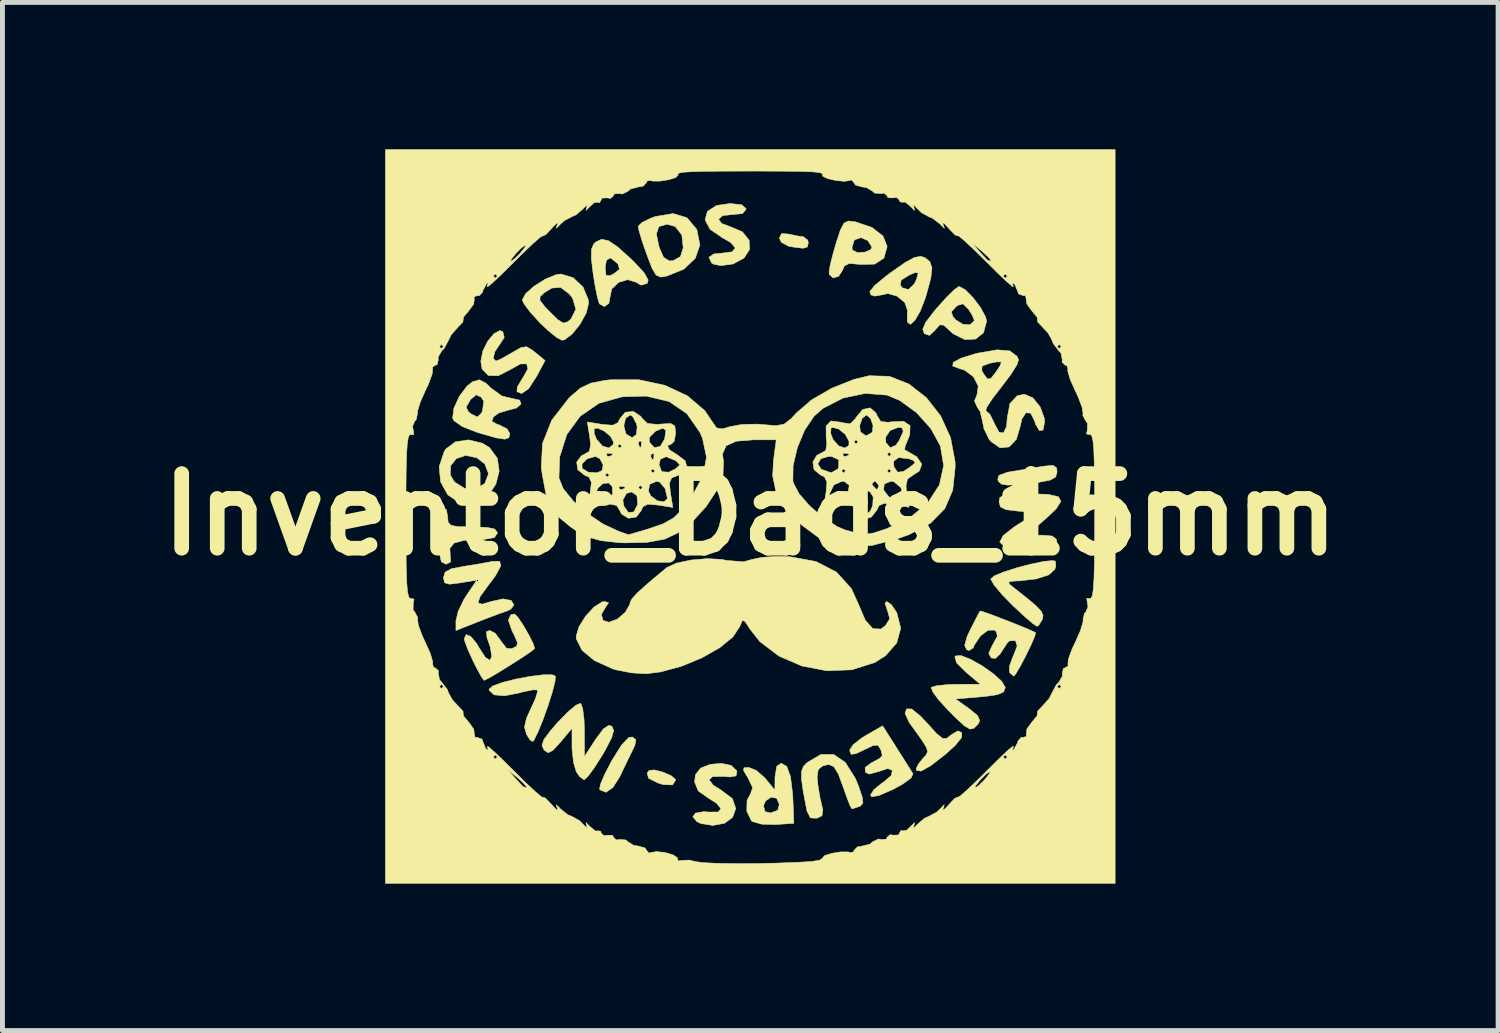
<source format=kicad_pcb>
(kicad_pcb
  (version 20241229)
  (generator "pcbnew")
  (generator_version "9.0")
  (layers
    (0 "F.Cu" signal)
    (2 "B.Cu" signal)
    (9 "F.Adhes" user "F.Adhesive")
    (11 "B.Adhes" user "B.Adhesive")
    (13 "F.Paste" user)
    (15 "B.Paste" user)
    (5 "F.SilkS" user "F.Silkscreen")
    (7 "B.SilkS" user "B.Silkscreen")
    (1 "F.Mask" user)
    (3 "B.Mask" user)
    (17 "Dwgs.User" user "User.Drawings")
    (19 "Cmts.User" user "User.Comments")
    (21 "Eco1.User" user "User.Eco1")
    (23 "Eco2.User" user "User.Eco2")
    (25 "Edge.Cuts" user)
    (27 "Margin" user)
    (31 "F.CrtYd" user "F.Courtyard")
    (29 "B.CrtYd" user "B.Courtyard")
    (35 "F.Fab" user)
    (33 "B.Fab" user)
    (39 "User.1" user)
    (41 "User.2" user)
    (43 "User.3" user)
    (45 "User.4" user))
  (footprint "Inventor_Dads_15mm"
    (layer "F.Cu")
    (at 12.272 7.456)
    (property "Reference" "Inventor_Dads_15mm" (at 0 0 0) (layer "F.SilkS") (effects (font (size 1.524 1.524) (thickness 0.3))))
    (attr through_hole)
    (fp_poly (pts (xy -1.783 5.262) (xy -1.614 5.336) (xy -1.526 5.413) (xy -1.524 5.422) (xy -1.588 5.524) (xy -1.78 5.516) (xy -1.884 5.485) (xy -2.077 5.388) (xy -2.107 5.282) (xy -2.067 5.228) (xy -1.96 5.217) (xy -1.783 5.262)) (stroke (width 0.01) (type solid)) (fill yes) (layer "F.SilkS"))
    (fp_poly (pts (xy 0.783 -5.726) (xy 0.98 -5.684) (xy 1.079 -5.674) (xy 1.173 -5.604) (xy 1.185 -5.546) (xy 1.165 -5.462) (xy 1.078 -5.436) (xy 0.882 -5.46) (xy 0.783 -5.478) (xy 0.634 -5.557) (xy 0.593 -5.646) (xy 0.641 -5.737) (xy 0.783 -5.726)) (stroke (width 0.01) (type solid)) (fill yes) (layer "F.SilkS"))
    (fp_poly (pts (xy -2.336 4.6) (xy -2.357 4.715) (xy -2.404 4.813) (xy -2.516 5.042) (xy -2.646 5.314) (xy -2.665 5.355) (xy -2.806 5.578) (xy -2.948 5.674) (xy -3.065 5.626) (xy -3.078 5.608) (xy -3.059 5.508) (xy -2.972 5.304) (xy -2.835 5.041) (xy -2.824 5.02) (xy -2.629 4.709) (xy -2.484 4.557) (xy -2.41 4.543) (xy -2.336 4.6)) (stroke (width 0.01) (type solid)) (fill yes) (layer "F.SilkS"))
    (fp_poly (pts (xy 6.255 -0.953) (xy 6.265 -0.868) (xy 6.237 -0.765) (xy 6.125 -0.701) (xy 5.89 -0.656) (xy 5.821 -0.648) (xy 5.47 -0.609) (xy 5.252 -0.599) (xy 5.13 -0.62) (xy 5.069 -0.675) (xy 5.053 -0.71) (xy 5.078 -0.798) (xy 5.244 -0.86) (xy 5.362 -0.881) (xy 5.665 -0.93) (xy 5.952 -0.979) (xy 5.99 -0.985) (xy 6.18 -1.004) (xy 6.255 -0.953)) (stroke (width 0.01) (type solid)) (fill yes) (layer "F.SilkS"))
    (fp_poly (pts (xy 3.297 3.973) (xy 3.477 4.119) (xy 3.615 4.266) (xy 3.805 4.475) (xy 3.924 4.571) (xy 4.009 4.574) (xy 4.092 4.508) (xy 4.237 4.42) (xy 4.319 4.455) (xy 4.318 4.553) (xy 4.18 4.722) (xy 3.987 4.896) (xy 3.688 5.129) (xy 3.489 5.241) (xy 3.394 5.228) (xy 3.387 5.192) (xy 3.437 5.092) (xy 3.525 4.983) (xy 3.593 4.908) (xy 3.621 4.843) (xy 3.596 4.756) (xy 3.506 4.611) (xy 3.337 4.374) (xy 3.247 4.251) (xy 3.16 4.064) (xy 3.193 3.97) (xy 3.297 3.973)) (stroke (width 0.01) (type solid)) (fill yes) (layer "F.SilkS"))
    (fp_poly (pts (xy -3.98 3.301) (xy -3.987 3.408) (xy -4.042 3.624) (xy -4.129 3.901) (xy -4.232 4.189) (xy -4.334 4.44) (xy -4.418 4.608) (xy -4.442 4.639) (xy -4.5 4.601) (xy -4.567 4.496) (xy -4.611 4.346) (xy -4.571 4.163) (xy -4.484 3.972) (xy -4.386 3.758) (xy -4.343 3.614) (xy -4.346 3.584) (xy -4.444 3.582) (xy -4.642 3.623) (xy -4.727 3.646) (xy -5.019 3.703) (xy -5.232 3.684) (xy -5.331 3.593) (xy -5.334 3.567) (xy -5.258 3.502) (xy -5.062 3.431) (xy -4.794 3.363) (xy -4.503 3.308) (xy -4.237 3.275) (xy -4.046 3.274) (xy -3.98 3.301)) (stroke (width 0.01) (type solid)) (fill yes) (layer "F.SilkS"))
    (fp_poly (pts (xy -0.174 -6.324) (xy -0.086 -6.245) (xy -0.085 -6.232) (xy -0.161 -6.143) (xy -0.351 -6.126) (xy -0.564 -6.103) (xy -0.647 -6.031) (xy -0.589 -5.944) (xy -0.434 -5.887) (xy -0.161 -5.772) (xy -0.024 -5.601) (xy -0.015 -5.411) (xy -0.126 -5.238) (xy -0.35 -5.116) (xy -0.6 -5.081) (xy -0.752 -5.112) (xy -0.79 -5.136) (xy -0.845 -5.252) (xy -0.745 -5.32) (xy -0.598 -5.334) (xy -0.373 -5.363) (xy -0.307 -5.442) (xy -0.401 -5.555) (xy -0.567 -5.649) (xy -0.823 -5.825) (xy -0.923 -6.016) (xy -0.876 -6.188) (xy -0.689 -6.31) (xy -0.413 -6.35) (xy -0.174 -6.324)) (stroke (width 0.01) (type solid)) (fill yes) (layer "F.SilkS"))
    (fp_poly (pts (xy -6.206 -0.098) (xy -6.181 0.042) (xy -6.17 0.16) (xy -6.111 0.223) (xy -5.965 0.249) (xy -5.69 0.254) (xy -5.673 0.254) (xy -5.378 0.264) (xy -5.219 0.298) (xy -5.166 0.366) (xy -5.165 0.381) (xy -5.225 0.472) (xy -5.421 0.508) (xy -5.482 0.509) (xy -5.84 0.527) (xy -6.051 0.586) (xy -6.136 0.693) (xy -6.128 0.814) (xy -6.119 0.97) (xy -6.211 1.016) (xy -6.214 1.016) (xy -6.308 0.968) (xy -6.347 0.802) (xy -6.35 0.688) (xy -6.365 0.39) (xy -6.4 0.111) (xy -6.403 0.095) (xy -6.422 -0.092) (xy -6.367 -0.164) (xy -6.318 -0.169) (xy -6.206 -0.098)) (stroke (width 0.01) (type solid)) (fill yes) (layer "F.SilkS"))
    (fp_poly (pts (xy -5.471 -1.455) (xy -5.326 -1.366) (xy -5.165 -1.146) (xy -5.128 -0.885) (xy -5.195 -0.621) (xy -5.344 -0.394) (xy -5.556 -0.242) (xy -5.81 -0.203) (xy -5.927 -0.23) (xy -6.179 -0.402) (xy -6.325 -0.667) (xy -6.338 -0.807) (xy -6.126 -0.807) (xy -6.043 -0.665) (xy -5.836 -0.534) (xy -5.606 -0.523) (xy -5.422 -0.631) (xy -5.346 -0.832) (xy -5.42 -1.029) (xy -5.583 -1.157) (xy -5.814 -1.206) (xy -6.004 -1.14) (xy -6.119 -0.995) (xy -6.126 -0.807) (xy -6.338 -0.807) (xy -6.353 -0.977) (xy -6.25 -1.286) (xy -6.218 -1.336) (xy -6.022 -1.483) (xy -5.753 -1.523) (xy -5.471 -1.455)) (stroke (width 0.01) (type solid)) (fill yes) (layer "F.SilkS"))
    (fp_poly (pts (xy -0.391 5.125) (xy -0.278 5.234) (xy -0.273 5.254) (xy -0.291 5.339) (xy -0.417 5.361) (xy -0.547 5.35) (xy -0.77 5.353) (xy -0.841 5.419) (xy -0.755 5.531) (xy -0.603 5.625) (xy -0.366 5.803) (xy -0.296 6.005) (xy -0.36 6.184) (xy -0.523 6.305) (xy -0.765 6.351) (xy -1.012 6.312) (xy -1.09 6.274) (xy -1.174 6.174) (xy -1.117 6.098) (xy -0.95 6.069) (xy -0.85 6.077) (xy -0.653 6.076) (xy -0.6 6.007) (xy -0.693 5.894) (xy -0.839 5.804) (xy -1.062 5.647) (xy -1.138 5.464) (xy -1.119 5.312) (xy -1.014 5.18) (xy -0.818 5.103) (xy -0.59 5.083) (xy -0.391 5.125)) (stroke (width 0.01) (type solid)) (fill yes) (layer "F.SilkS"))
    (fp_poly (pts (xy 6.084 -0.41) (xy 6.292 -0.363) (xy 6.344 -0.269) (xy 6.248 -0.116) (xy 6.01 0.109) (xy 5.996 0.12) (xy 5.642 0.423) (xy 5.954 0.423) (xy 6.164 0.44) (xy 6.252 0.508) (xy 6.265 0.593) (xy 6.259 0.675) (xy 6.218 0.724) (xy 6.113 0.744) (xy 5.911 0.739) (xy 5.582 0.713) (xy 5.44 0.7) (xy 5.187 0.652) (xy 5.095 0.565) (xy 5.161 0.434) (xy 5.388 0.255) (xy 5.469 0.203) (xy 5.858 -0.042) (xy 5.469 -0.068) (xy 5.225 -0.097) (xy 5.109 -0.154) (xy 5.08 -0.259) (xy 5.096 -0.343) (xy 5.168 -0.392) (xy 5.33 -0.416) (xy 5.618 -0.423) (xy 5.715 -0.423) (xy 6.084 -0.41)) (stroke (width 0.01) (type solid)) (fill yes) (layer "F.SilkS"))
    (fp_poly (pts (xy 6.232 0.954) (xy 6.239 1.054) (xy 6.22 1.121) (xy 6.095 1.234) (xy 5.841 1.316) (xy 5.498 1.356) (xy 5.429 1.357) (xy 5.283 1.37) (xy 5.286 1.418) (xy 5.339 1.463) (xy 5.647 1.706) (xy 5.841 1.871) (xy 5.944 1.981) (xy 5.979 2.062) (xy 5.966 2.136) (xy 5.964 2.143) (xy 5.891 2.263) (xy 5.854 2.284) (xy 5.771 2.229) (xy 5.602 2.084) (xy 5.382 1.88) (xy 5.355 1.855) (xy 5.137 1.631) (xy 4.979 1.44) (xy 4.911 1.321) (xy 4.911 1.315) (xy 4.986 1.253) (xy 5.179 1.173) (xy 5.443 1.089) (xy 5.729 1.014) (xy 5.988 0.96) (xy 6.173 0.941) (xy 6.232 0.954)) (stroke (width 0.01) (type solid)) (fill yes) (layer "F.SilkS"))
    (fp_poly (pts (xy -5.095 1.051) (xy -5.202 1.249) (xy -5.348 1.444) (xy -5.518 1.678) (xy -5.561 1.805) (xy -5.476 1.832) (xy -5.289 1.777) (xy -5.051 1.724) (xy -4.882 1.756) (xy -4.826 1.85) (xy -4.895 1.937) (xy -4.974 1.973) (xy -5.134 2.028) (xy -5.384 2.123) (xy -5.567 2.194) (xy -6.011 2.37) (xy -6.011 2.17) (xy -5.965 1.978) (xy -5.848 1.736) (xy -5.797 1.655) (xy -5.582 1.339) (xy -5.924 1.397) (xy -6.142 1.424) (xy -6.241 1.397) (xy -6.265 1.302) (xy -6.265 1.287) (xy -6.232 1.178) (xy -6.106 1.109) (xy -5.863 1.062) (xy -5.579 1.017) (xy -5.336 0.973) (xy -5.271 0.958) (xy -5.118 0.955) (xy -5.095 1.051)) (stroke (width 0.01) (type solid)) (fill yes) (layer "F.SilkS"))
    (fp_poly (pts (xy -5.054 -3.733) (xy -5.025 -3.614) (xy -5.107 -3.488) (xy -5.216 -3.325) (xy -5.25 -3.189) (xy -5.196 -3.133) (xy -5.096 -3.173) (xy -4.915 -3.274) (xy -4.867 -3.303) (xy -4.683 -3.409) (xy -4.568 -3.425) (xy -4.449 -3.354) (xy -4.392 -3.308) (xy -4.191 -3.143) (xy -4.36 -2.826) (xy -4.529 -2.565) (xy -4.671 -2.469) (xy -4.765 -2.507) (xy -4.757 -2.604) (xy -4.662 -2.764) (xy -4.651 -2.778) (xy -4.543 -2.97) (xy -4.565 -3.075) (xy -4.696 -3.074) (xy -4.893 -2.963) (xy -5.147 -2.833) (xy -5.351 -2.838) (xy -5.477 -2.97) (xy -5.503 -3.127) (xy -5.463 -3.334) (xy -5.363 -3.537) (xy -5.235 -3.692) (xy -5.112 -3.756) (xy -5.054 -3.733)) (stroke (width 0.01) (type solid)) (fill yes) (layer "F.SilkS"))
    (fp_poly (pts (xy 4.501 2.959) (xy 4.733 3.09) (xy 4.959 3.249) (xy 5.131 3.404) (xy 5.207 3.529) (xy 5.207 3.537) (xy 5.174 3.624) (xy 5.05 3.679) (xy 4.803 3.716) (xy 4.699 3.725) (xy 4.191 3.768) (xy 4.47 3.966) (xy 4.643 4.109) (xy 4.687 4.212) (xy 4.65 4.284) (xy 4.567 4.367) (xy 4.485 4.383) (xy 4.371 4.316) (xy 4.192 4.15) (xy 4.038 3.996) (xy 3.845 3.784) (xy 3.722 3.617) (xy 3.694 3.53) (xy 3.695 3.53) (xy 3.806 3.497) (xy 4.03 3.475) (xy 4.226 3.469) (xy 4.699 3.467) (xy 4.403 3.22) (xy 4.213 3.031) (xy 4.178 2.907) (xy 4.191 2.889) (xy 4.305 2.882) (xy 4.501 2.959)) (stroke (width 0.01) (type solid)) (fill yes) (layer "F.SilkS"))
    (fp_poly (pts (xy -1.295 -6.061) (xy -1.101 -5.832) (xy -1.089 -5.807) (xy -1.029 -5.503) (xy -1.123 -5.23) (xy -1.357 -5.009) (xy -1.707 -4.867) (xy -1.835 -4.848) (xy -1.924 -4.89) (xy -2.005 -5.026) (xy -2.107 -5.289) (xy -2.113 -5.305) (xy -2.208 -5.579) (xy -2.252 -5.728) (xy -1.918 -5.728) (xy -1.861 -5.457) (xy -1.861 -5.455) (xy -1.77 -5.251) (xy -1.657 -5.179) (xy -1.579 -5.181) (xy -1.427 -5.265) (xy -1.37 -5.445) (xy -1.398 -5.708) (xy -1.532 -5.88) (xy -1.699 -5.927) (xy -1.866 -5.879) (xy -1.918 -5.728) (xy -2.252 -5.728) (xy -2.271 -5.791) (xy -2.29 -5.884) (xy -2.215 -5.96) (xy -2.03 -6.051) (xy -1.939 -6.085) (xy -1.576 -6.145) (xy -1.295 -6.061)) (stroke (width 0.01) (type solid)) (fill yes) (layer "F.SilkS"))
    (fp_poly (pts (xy 1.94 5.063) (xy 2.143 5.385) (xy 2.202 5.524) (xy 2.284 5.763) (xy 2.3 5.891) (xy 2.252 5.953) (xy 2.227 5.964) (xy 2.101 6.006) (xy 2.074 6.011) (xy 2.034 5.938) (xy 1.962 5.751) (xy 1.905 5.589) (xy 1.799 5.3) (xy 1.705 5.148) (xy 1.599 5.106) (xy 1.48 5.135) (xy 1.389 5.207) (xy 1.365 5.357) (xy 1.383 5.541) (xy 1.426 5.796) (xy 1.472 5.993) (xy 1.482 6.025) (xy 1.464 6.153) (xy 1.364 6.203) (xy 1.229 6.197) (xy 1.16 6.064) (xy 1.151 6.023) (xy 1.079 5.646) (xy 1.045 5.398) (xy 1.047 5.242) (xy 1.087 5.143) (xy 1.158 5.068) (xy 1.44 4.902) (xy 1.703 4.901) (xy 1.94 5.063)) (stroke (width 0.01) (type solid)) (fill yes) (layer "F.SilkS"))
    (fp_poly (pts (xy -3.463 3.857) (xy -3.423 3.961) (xy -3.395 4.182) (xy -3.387 4.425) (xy -3.387 4.945) (xy -3.158 4.592) (xy -3 4.379) (xy -2.888 4.305) (xy -2.826 4.326) (xy -2.79 4.411) (xy -2.833 4.565) (xy -2.964 4.816) (xy -3.022 4.916) (xy -3.181 5.166) (xy -3.314 5.347) (xy -3.392 5.419) (xy -3.394 5.419) (xy -3.486 5.353) (xy -3.553 5.255) (xy -3.609 5.067) (xy -3.639 4.804) (xy -3.641 4.729) (xy -3.641 4.367) (xy -3.876 4.649) (xy -4.031 4.818) (xy -4.128 4.867) (xy -4.208 4.814) (xy -4.216 4.804) (xy -4.254 4.715) (xy -4.215 4.598) (xy -4.082 4.418) (xy -3.931 4.244) (xy -3.726 4.034) (xy -3.559 3.895) (xy -3.465 3.856) (xy -3.463 3.857)) (stroke (width 0.01) (type solid)) (fill yes) (layer "F.SilkS"))
    (fp_poly (pts (xy 0.745 5.146) (xy 0.821 5.352) (xy 0.865 5.71) (xy 0.874 5.895) (xy 0.889 6.308) (xy 0.508 6.333) (xy 0.233 6.325) (xy 0.046 6.272) (xy 0.021 6.252) (xy -0.071 6.062) (xy -0.069 5.949) (xy 0.27 5.949) (xy 0.301 6.069) (xy 0.417 6.096) (xy 0.562 6.04) (xy 0.593 5.92) (xy 0.539 5.795) (xy 0.423 5.774) (xy 0.31 5.853) (xy 0.27 5.949) (xy -0.069 5.949) (xy -0.066 5.837) (xy 0.008 5.699) (xy 0.047 5.579) (xy -0.04 5.392) (xy -0.044 5.385) (xy -0.136 5.233) (xy -0.13 5.174) (xy -0.034 5.165) (xy 0.121 5.226) (xy 0.294 5.377) (xy 0.311 5.397) (xy 0.502 5.63) (xy 0.505 5.355) (xy 0.541 5.142) (xy 0.633 5.08) (xy 0.745 5.146)) (stroke (width 0.01) (type solid)) (fill yes) (layer "F.SilkS"))
    (fp_poly (pts (xy 2.143 -5.976) (xy 2.153 -5.974) (xy 2.485 -5.861) (xy 2.709 -5.688) (xy 2.794 -5.477) (xy 2.794 -5.469) (xy 2.729 -5.235) (xy 2.541 -5.112) (xy 2.24 -5.106) (xy 2.234 -5.107) (xy 2.024 -5.126) (xy 1.922 -5.076) (xy 1.886 -4.991) (xy 1.804 -4.863) (xy 1.692 -4.83) (xy 1.615 -4.9) (xy 1.609 -4.95) (xy 1.632 -5.094) (xy 1.694 -5.339) (xy 1.726 -5.448) (xy 2.076 -5.448) (xy 2.088 -5.397) (xy 2.19 -5.348) (xy 2.343 -5.357) (xy 2.462 -5.41) (xy 2.483 -5.461) (xy 2.4 -5.594) (xy 2.258 -5.653) (xy 2.133 -5.609) (xy 2.12 -5.592) (xy 2.076 -5.448) (xy 1.726 -5.448) (xy 1.755 -5.549) (xy 1.842 -5.814) (xy 1.914 -5.95) (xy 2.004 -5.993) (xy 2.143 -5.976)) (stroke (width 0.01) (type solid)) (fill yes) (layer "F.SilkS"))
    (fp_poly (pts (xy 2.986 4.762) (xy 3.144 5.011) (xy 3.268 5.208) (xy 3.323 5.297) (xy 3.284 5.381) (xy 3.117 5.504) (xy 2.916 5.614) (xy 2.632 5.738) (xy 2.483 5.766) (xy 2.455 5.732) (xy 2.522 5.621) (xy 2.686 5.489) (xy 2.717 5.47) (xy 2.878 5.333) (xy 2.902 5.226) (xy 2.807 5.188) (xy 2.625 5.249) (xy 2.429 5.302) (xy 2.352 5.265) (xy 2.345 5.167) (xy 2.467 5.076) (xy 2.637 4.985) (xy 2.695 4.924) (xy 2.677 4.84) (xy 2.661 4.798) (xy 2.607 4.712) (xy 2.51 4.718) (xy 2.367 4.786) (xy 2.16 4.884) (xy 2.061 4.899) (xy 2.033 4.832) (xy 2.033 4.805) (xy 2.101 4.703) (xy 2.272 4.567) (xy 2.368 4.508) (xy 2.703 4.316) (xy 2.986 4.762)) (stroke (width 0.01) (type solid)) (fill yes) (layer "F.SilkS"))
    (fp_poly (pts (xy -3.618 -4.835) (xy -3.414 -4.642) (xy -3.308 -4.384) (xy -3.302 -4.309) (xy -3.352 -4.11) (xy -3.477 -3.884) (xy -3.637 -3.685) (xy -3.791 -3.568) (xy -3.842 -3.556) (xy -3.952 -3.613) (xy -4.133 -3.759) (xy -4.3 -3.919) (xy -4.491 -4.128) (xy -4.62 -4.3) (xy -4.653 -4.373) (xy -4.296 -4.373) (xy -4.198 -4.246) (xy -4.112 -4.155) (xy -3.93 -3.976) (xy -3.816 -3.908) (xy -3.725 -3.936) (xy -3.658 -3.996) (xy -3.562 -4.192) (xy -3.628 -4.414) (xy -3.696 -4.502) (xy -3.872 -4.637) (xy -4.053 -4.623) (xy -4.196 -4.536) (xy -4.292 -4.453) (xy -4.296 -4.373) (xy -4.653 -4.373) (xy -4.657 -4.38) (xy -4.587 -4.51) (xy -4.412 -4.664) (xy -4.189 -4.804) (xy -3.969 -4.895) (xy -3.869 -4.911) (xy -3.618 -4.835)) (stroke (width 0.01) (type solid)) (fill yes) (layer "F.SilkS"))
    (fp_poly (pts (xy -2.901 -5.592) (xy -2.715 -5.469) (xy -2.454 -5.235) (xy -2.378 -5.162) (xy -2.166 -4.934) (xy -2.085 -4.786) (xy -2.104 -4.72) (xy -2.228 -4.682) (xy -2.328 -4.741) (xy -2.503 -4.795) (xy -2.691 -4.738) (xy -2.83 -4.604) (xy -2.86 -4.458) (xy -2.887 -4.311) (xy -2.979 -4.245) (xy -3.079 -4.3) (xy -3.083 -4.306) (xy -3.12 -4.427) (xy -3.168 -4.663) (xy -3.21 -4.924) (xy -3.223 -5.035) (xy -2.963 -5.035) (xy -2.947 -4.886) (xy -2.868 -4.875) (xy -2.789 -4.914) (xy -2.671 -5.006) (xy -2.7 -5.11) (xy -2.714 -5.128) (xy -2.853 -5.24) (xy -2.939 -5.193) (xy -2.963 -5.035) (xy -3.223 -5.035) (xy -3.246 -5.231) (xy -3.243 -5.416) (xy -3.197 -5.524) (xy -3.156 -5.564) (xy -3.038 -5.619) (xy -2.901 -5.592)) (stroke (width 0.01) (type solid)) (fill yes) (layer "F.SilkS"))
    (fp_poly (pts (xy 3.564 -5.245) (xy 3.669 -5.161) (xy 3.71 -5.033) (xy 3.687 -4.825) (xy 3.6 -4.504) (xy 3.571 -4.409) (xy 3.471 -4.152) (xy 3.364 -3.968) (xy 3.271 -3.882) (xy 3.214 -3.922) (xy 3.208 -3.951) (xy 3.206 -4.091) (xy 3.212 -4.162) (xy 3.155 -4.327) (xy 2.998 -4.458) (xy 2.809 -4.512) (xy 2.713 -4.489) (xy 2.539 -4.459) (xy 2.46 -4.485) (xy 2.441 -4.553) (xy 2.541 -4.676) (xy 2.552 -4.685) (xy 3.062 -4.685) (xy 3.106 -4.627) (xy 3.229 -4.593) (xy 3.349 -4.707) (xy 3.396 -4.806) (xy 3.429 -4.93) (xy 3.369 -4.941) (xy 3.256 -4.893) (xy 3.082 -4.787) (xy 3.062 -4.685) (xy 2.552 -4.685) (xy 2.772 -4.867) (xy 2.874 -4.943) (xy 3.159 -5.143) (xy 3.349 -5.247) (xy 3.48 -5.272) (xy 3.564 -5.245)) (stroke (width 0.01) (type solid)) (fill yes) (layer "F.SilkS"))
    (fp_poly (pts (xy 4.388 -4.591) (xy 4.549 -4.429) (xy 4.703 -4.224) (xy 4.806 -4.032) (xy 4.826 -3.945) (xy 4.763 -3.71) (xy 4.601 -3.582) (xy 4.381 -3.571) (xy 4.144 -3.689) (xy 4.084 -3.743) (xy 3.949 -3.866) (xy 3.869 -3.873) (xy 3.777 -3.768) (xy 3.774 -3.764) (xy 3.659 -3.656) (xy 3.557 -3.692) (xy 3.551 -3.698) (xy 3.522 -3.784) (xy 3.583 -3.924) (xy 3.747 -4.139) (xy 4.106 -4.139) (xy 4.138 -4.042) (xy 4.197 -3.973) (xy 4.341 -3.883) (xy 4.488 -3.875) (xy 4.57 -3.95) (xy 4.572 -3.972) (xy 4.527 -4.08) (xy 4.454 -4.193) (xy 4.346 -4.301) (xy 4.238 -4.27) (xy 4.198 -4.239) (xy 4.106 -4.139) (xy 3.747 -4.139) (xy 3.75 -4.143) (xy 3.821 -4.227) (xy 4.018 -4.445) (xy 4.178 -4.599) (xy 4.263 -4.657) (xy 4.388 -4.591)) (stroke (width 0.01) (type solid)) (fill yes) (layer "F.SilkS"))
    (fp_poly (pts (xy -4.746 2.099) (xy -4.638 2.26) (xy -4.523 2.46) (xy -4.433 2.639) (xy -4.403 2.736) (xy -4.468 2.792) (xy -4.635 2.906) (xy -4.857 3.049) (xy -5.092 3.195) (xy -5.294 3.316) (xy -5.419 3.382) (xy -5.436 3.387) (xy -5.489 3.318) (xy -5.587 3.141) (xy -5.656 3.003) (xy -5.764 2.766) (xy -5.831 2.589) (xy -5.842 2.538) (xy -5.802 2.453) (xy -5.706 2.493) (xy -5.588 2.636) (xy -5.546 2.709) (xy -5.411 2.919) (xy -5.317 2.978) (xy -5.279 2.901) (xy -5.31 2.706) (xy -5.376 2.519) (xy -5.39 2.395) (xy -5.319 2.368) (xy -5.208 2.428) (xy -5.104 2.565) (xy -5.096 2.581) (xy -4.977 2.734) (xy -4.871 2.741) (xy -4.772 2.693) (xy -4.754 2.62) (xy -4.817 2.471) (xy -4.865 2.377) (xy -4.941 2.158) (xy -4.89 2.047) (xy -4.814 2.032) (xy -4.746 2.099)) (stroke (width 0.01) (type solid)) (fill yes) (layer "F.SilkS"))
    (fp_poly (pts (xy -5.396 -2.679) (xy -5.302 -2.586) (xy -5.072 -2.419) (xy -4.873 -2.371) (xy -4.709 -2.335) (xy -4.681 -2.255) (xy -4.779 -2.172) (xy -4.932 -2.133) (xy -5.135 -2.072) (xy -5.245 -1.994) (xy -5.279 -1.902) (xy -5.17 -1.841) (xy -5.125 -1.828) (xy -4.965 -1.746) (xy -4.911 -1.649) (xy -4.931 -1.567) (xy -5.012 -1.537) (xy -5.183 -1.563) (xy -5.474 -1.645) (xy -5.587 -1.68) (xy -5.88 -1.795) (xy -6.05 -1.913) (xy -6.079 -1.966) (xy -6.053 -2.17) (xy -6.043 -2.191) (xy -5.802 -2.191) (xy -5.756 -2.097) (xy -5.697 -2.051) (xy -5.572 -1.99) (xy -5.491 -2.068) (xy -5.469 -2.116) (xy -5.442 -2.311) (xy -5.495 -2.395) (xy -5.597 -2.444) (xy -5.706 -2.353) (xy -5.724 -2.329) (xy -5.802 -2.191) (xy -6.043 -2.191) (xy -5.94 -2.414) (xy -5.78 -2.626) (xy -5.671 -2.71) (xy -5.531 -2.75) (xy -5.396 -2.679)) (stroke (width 0.01) (type solid)) (fill yes) (layer "F.SilkS"))
    (fp_poly (pts (xy 4.77 1.992) (xy 4.955 2.058) (xy 5.2 2.152) (xy 5.456 2.253) (xy 5.675 2.343) (xy 5.809 2.404) (xy 5.827 2.415) (xy 5.807 2.495) (xy 5.73 2.672) (xy 5.623 2.892) (xy 5.511 3.105) (xy 5.42 3.258) (xy 5.38 3.302) (xy 5.309 3.243) (xy 5.293 3.22) (xy 5.294 3.095) (xy 5.364 2.903) (xy 5.373 2.886) (xy 5.45 2.687) (xy 5.417 2.582) (xy 5.407 2.575) (xy 5.289 2.583) (xy 5.241 2.634) (xy 5.103 2.847) (xy 5.01 2.937) (xy 4.932 2.933) (xy 4.916 2.924) (xy 4.87 2.834) (xy 4.944 2.669) (xy 4.957 2.649) (xy 5.045 2.486) (xy 5.025 2.394) (xy 4.983 2.361) (xy 4.853 2.365) (xy 4.701 2.48) (xy 4.576 2.666) (xy 4.553 2.725) (xy 4.468 2.779) (xy 4.419 2.762) (xy 4.378 2.674) (xy 4.427 2.496) (xy 4.498 2.345) (xy 4.607 2.132) (xy 4.678 1.996) (xy 4.692 1.971) (xy 4.77 1.992)) (stroke (width 0.01) (type solid)) (fill yes) (layer "F.SilkS"))
    (fp_poly (pts (xy 5.301 -3.34) (xy 5.449 -3.228) (xy 5.48 -3.159) (xy 5.445 -3.055) (xy 5.324 -2.862) (xy 5.142 -2.621) (xy 5.121 -2.594) (xy 4.944 -2.365) (xy 4.833 -2.195) (xy 4.808 -2.118) (xy 4.813 -2.117) (xy 4.894 -2.045) (xy 4.979 -1.872) (xy 4.985 -1.856) (xy 5.08 -1.681) (xy 5.17 -1.664) (xy 5.233 -1.795) (xy 5.249 -1.978) (xy 5.302 -2.264) (xy 5.453 -2.425) (xy 5.6 -2.455) (xy 5.77 -2.381) (xy 5.919 -2.199) (xy 6.004 -1.967) (xy 6.011 -1.886) (xy 5.979 -1.725) (xy 5.906 -1.711) (xy 5.827 -1.841) (xy 5.806 -1.911) (xy 5.726 -2.069) (xy 5.628 -2.077) (xy 5.545 -1.947) (xy 5.517 -1.814) (xy 5.434 -1.535) (xy 5.286 -1.379) (xy 5.101 -1.36) (xy 4.913 -1.491) (xy 4.873 -1.543) (xy 4.772 -1.752) (xy 4.741 -1.907) (xy 4.694 -2.102) (xy 4.638 -2.187) (xy 4.578 -2.317) (xy 4.629 -2.442) (xy 4.655 -2.622) (xy 4.56 -2.809) (xy 4.385 -2.942) (xy 4.727 -2.942) (xy 4.766 -2.87) (xy 4.846 -2.764) (xy 4.917 -2.783) (xy 5.01 -2.898) (xy 5.105 -3.043) (xy 5.127 -3.114) (xy 5.035 -3.116) (xy 4.883 -3.086) (xy 4.734 -3.03) (xy 4.727 -2.942) (xy 4.385 -2.942) (xy 4.378 -2.946) (xy 4.276 -2.978) (xy 4.133 -3.031) (xy 4.146 -3.106) (xy 4.305 -3.192) (xy 4.6 -3.283) (xy 4.658 -3.297) (xy 5.044 -3.362) (xy 5.301 -3.34)) (stroke (width 0.01) (type solid)) (fill yes) (layer "F.SilkS"))
    (fp_poly (pts (xy 0.8 0.862) (xy 1.34 0.96) (xy 1.763 1.179) (xy 2.066 1.516) (xy 2.206 1.825) (xy 2.348 2.159) (xy 2.503 2.332) (xy 2.666 2.34) (xy 2.758 2.273) (xy 2.848 2.13) (xy 2.802 1.963) (xy 2.799 1.957) (xy 2.751 1.813) (xy 2.789 1.778) (xy 2.884 1.846) (xy 2.993 2.009) (xy 2.994 2.011) (xy 3.072 2.324) (xy 2.991 2.623) (xy 2.761 2.886) (xy 2.54 3.025) (xy 2.075 3.172) (xy 1.566 3.192) (xy 1.055 3.095) (xy 0.584 2.892) (xy 0.195 2.596) (xy -0.006 2.341) (xy -0.107 2.185) (xy -0.162 2.164) (xy -0.206 2.268) (xy -0.21 2.282) (xy -0.354 2.501) (xy -0.627 2.723) (xy -0.99 2.929) (xy -1.403 3.1) (xy -1.827 3.215) (xy -2.125 3.253) (xy -2.428 3.235) (xy -2.754 3.17) (xy -2.817 3.15) (xy -3.182 2.984) (xy -3.436 2.774) (xy -3.552 2.543) (xy -3.556 2.489) (xy -3.5 2.296) (xy -3.363 2.077) (xy -3.188 1.888) (xy -3.021 1.784) (xy -2.981 1.778) (xy -2.894 1.801) (xy -2.946 1.88) (xy -3.041 2.039) (xy -3.009 2.162) (xy -2.892 2.201) (xy -2.717 2.139) (xy -2.549 1.994) (xy -2.458 1.83) (xy -2.455 1.801) (xy -2.419 1.724) (xy -2.3 1.595) (xy -2.08 1.398) (xy -1.744 1.117) (xy -1.703 1.083) (xy -1.506 0.993) (xy -1.208 0.93) (xy -0.877 0.902) (xy -0.581 0.918) (xy -0.489 0.938) (xy -0.139 0.967) (xy 0.02 0.922) (xy 0.228 0.877) (xy 0.531 0.856) (xy 0.8 0.862)) (stroke (width 0.01) (type solid)) (fill yes) (layer "F.SilkS"))
    (fp_poly (pts (xy 2.842 -2.821) (xy 3.239 -2.664) (xy 3.595 -2.387) (xy 3.887 -2.014) (xy 4.09 -1.569) (xy 4.182 -1.077) (xy 4.185 -0.974) (xy 4.135 -0.496) (xy 3.973 -0.119) (xy 3.682 0.177) (xy 3.249 0.409) (xy 2.976 0.507) (xy 2.493 0.631) (xy 2.091 0.663) (xy 1.711 0.605) (xy 1.648 0.587) (xy 1.363 0.449) (xy 1.05 0.216) (xy 0.766 -0.063) (xy 0.567 -0.337) (xy 0.537 -0.4) (xy 0.478 -0.688) (xy 0.87 -0.688) (xy 0.879 -0.646) (xy 0.994 -0.426) (xy 1.213 -0.175) (xy 1.489 0.064) (xy 1.773 0.247) (xy 1.924 0.311) (xy 2.175 0.384) (xy 2.35 0.407) (xy 2.528 0.376) (xy 2.786 0.291) (xy 2.788 0.29) (xy 3.269 0.06) (xy 3.631 -0.245) (xy 3.862 -0.604) (xy 3.949 -0.999) (xy 3.882 -1.399) (xy 3.688 -1.753) (xy 3.395 -2.079) (xy 3.053 -2.328) (xy 2.792 -2.437) (xy 2.347 -2.472) (xy 1.891 -2.376) (xy 1.486 -2.168) (xy 1.303 -2.007) (xy 1.112 -1.725) (xy 0.962 -1.367) (xy 0.875 -1) (xy 0.87 -0.688) (xy 0.478 -0.688) (xy 0.457 -0.788) (xy 0.474 -1.104) (xy 0.53 -1.524) (xy 0.064 -1.524) (xy -0.289 -1.495) (xy -0.494 -1.402) (xy -0.567 -1.235) (xy -0.547 -1.076) (xy -0.557 -0.808) (xy -0.685 -0.491) (xy -0.901 -0.162) (xy -1.177 0.14) (xy -1.486 0.38) (xy -1.751 0.505) (xy -2.115 0.571) (xy -2.573 0.581) (xy -2.695 0.574) (xy -3.052 0.535) (xy -3.313 0.463) (xy -3.553 0.335) (xy -3.671 0.253) (xy -3.911 0.055) (xy -4.072 -0.16) (xy -4.178 -0.438) (xy -4.235 -0.744) (xy -3.907 -0.744) (xy -3.82 -0.527) (xy -3.616 -0.276) (xy -3.333 -0.025) (xy -3.009 0.194) (xy -2.682 0.346) (xy -2.667 0.351) (xy -2.531 0.398) (xy -2.498 0.414) (xy -2.425 0.396) (xy -2.238 0.342) (xy -2.084 0.296) (xy -1.78 0.191) (xy -1.567 0.072) (xy -1.388 -0.105) (xy -1.186 -0.38) (xy -0.964 -0.79) (xy -0.895 -1.171) (xy -0.976 -1.555) (xy -1.029 -1.677) (xy -1.295 -2.059) (xy -1.658 -2.306) (xy -2.121 -2.417) (xy -2.613 -2.404) (xy -3.092 -2.269) (xy -3.475 -2.005) (xy -3.747 -1.632) (xy -3.893 -1.171) (xy -3.907 -0.744) (xy -4.235 -0.744) (xy -4.25 -0.826) (xy -4.268 -0.967) (xy -4.243 -1.451) (xy -4.055 -1.924) (xy -3.708 -2.371) (xy -3.666 -2.413) (xy -3.464 -2.584) (xy -3.255 -2.682) (xy -2.971 -2.738) (xy -2.851 -2.751) (xy -2.275 -2.751) (xy -1.743 -2.637) (xy -1.283 -2.422) (xy -0.929 -2.12) (xy -0.772 -1.888) (xy -0.686 -1.766) (xy -0.566 -1.749) (xy -0.415 -1.793) (xy -0.172 -1.838) (xy 0.139 -1.845) (xy 0.267 -1.835) (xy 0.527 -1.813) (xy 0.691 -1.845) (xy 0.833 -1.954) (xy 0.943 -2.074) (xy 1.251 -2.339) (xy 1.664 -2.578) (xy 2.118 -2.759) (xy 2.426 -2.833) (xy 2.842 -2.821)) (stroke (width 0.01) (type solid)) (fill yes) (layer "F.SilkS"))
    (fp_poly (pts (xy -2.236 -2.003) (xy -2.21 -1.964) (xy -2.101 -1.859) (xy -1.903 -1.839) (xy -1.826 -1.846) (xy -1.625 -1.858) (xy -1.541 -1.808) (xy -1.524 -1.666) (xy -1.524 -1.66) (xy -1.552 -1.497) (xy -1.609 -1.439) (xy -1.692 -1.403) (xy -1.649 -1.318) (xy -1.503 -1.227) (xy -1.329 -1.097) (xy -1.289 -0.95) (xy -1.387 -0.831) (xy -1.469 -0.8) (xy -1.607 -0.745) (xy -1.651 -0.638) (xy -1.631 -0.445) (xy -1.582 -0.143) (xy -1.884 -0.192) (xy -2.093 -0.209) (xy -2.194 -0.158) (xy -2.228 -0.078) (xy -2.329 0.053) (xy -2.487 0.077) (xy -2.628 -0.007) (xy -2.665 -0.079) (xy -2.731 -0.185) (xy -2.868 -0.211) (xy -3.021 -0.193) (xy -3.326 -0.143) (xy -3.286 -0.356) (xy -3.209 -0.356) (xy -3.178 -0.264) (xy -3.015 -0.276) (xy -2.961 -0.294) (xy -2.602 -0.294) (xy -2.584 -0.175) (xy -2.49 -0.04) (xy -2.378 -0.052) (xy -2.299 -0.206) (xy -2.299 -0.207) (xy -2.315 -0.384) (xy -2.42 -0.46) (xy -2.529 -0.43) (xy -2.602 -0.294) (xy -2.961 -0.294) (xy -2.928 -0.305) (xy -2.809 -0.419) (xy -2.813 -0.477) (xy -2.081 -0.477) (xy -2.029 -0.377) (xy -1.896 -0.279) (xy -1.761 -0.258) (xy -1.694 -0.322) (xy -1.693 -0.332) (xy -1.739 -0.528) (xy -1.847 -0.659) (xy -1.909 -0.677) (xy -2.054 -0.617) (xy -2.081 -0.477) (xy -2.813 -0.477) (xy -2.819 -0.564) (xy -2.681 -0.564) (xy -2.669 -0.514) (xy -2.625 -0.508) (xy -2.555 -0.539) (xy -2.561 -0.55) (xy -2.286 -0.55) (xy -2.244 -0.508) (xy -2.201 -0.55) (xy -2.244 -0.593) (xy -2.286 -0.55) (xy -2.561 -0.55) (xy -2.568 -0.564) (xy -2.669 -0.575) (xy -2.681 -0.564) (xy -2.819 -0.564) (xy -2.819 -0.568) (xy -2.892 -0.643) (xy -3.01 -0.631) (xy -3.103 -0.547) (xy -3.209 -0.356) (xy -3.286 -0.356) (xy -3.269 -0.446) (xy -3.245 -0.655) (xy -3.292 -0.76) (xy -3.384 -0.804) (xy -3.385 -0.804) (xy -2.963 -0.804) (xy -2.921 -0.762) (xy -2.879 -0.804) (xy -2.921 -0.847) (xy -2.963 -0.804) (xy -3.385 -0.804) (xy -3.523 -0.913) (xy -3.54 -1.033) (xy -3.436 -1.033) (xy -3.435 -0.941) (xy -3.306 -0.862) (xy -3.127 -0.852) (xy -3.044 -0.889) (xy -2.032 -0.889) (xy -1.99 -0.847) (xy -1.947 -0.889) (xy -1.99 -0.931) (xy -2.032 -0.889) (xy -3.044 -0.889) (xy -3.026 -0.897) (xy -3.005 -1.014) (xy -3.006 -1.016) (xy -1.863 -1.016) (xy -1.809 -0.874) (xy -1.664 -0.863) (xy -1.524 -0.933) (xy -1.44 -1.012) (xy -1.507 -1.088) (xy -1.524 -1.099) (xy -1.72 -1.18) (xy -1.838 -1.126) (xy -1.863 -1.016) (xy -3.006 -1.016) (xy -3.073 -1.14) (xy -3.163 -1.184) (xy -3.331 -1.137) (xy -3.436 -1.033) (xy -3.54 -1.033) (xy -3.545 -1.07) (xy -3.447 -1.201) (xy -3.393 -1.226) (xy -3.367 -1.242) (xy -2.935 -1.242) (xy -2.923 -1.191) (xy -2.879 -1.185) (xy -2.032 -1.185) (xy -2.001 -1.116) (xy -1.976 -1.129) (xy -1.965 -1.229) (xy -1.976 -1.242) (xy -2.026 -1.23) (xy -2.032 -1.185) (xy -2.879 -1.185) (xy -2.809 -1.216) (xy -2.822 -1.242) (xy -2.923 -1.252) (xy -2.935 -1.242) (xy -3.367 -1.242) (xy -3.286 -1.291) (xy -3.26 -1.427) (xy -3.279 -1.583) (xy -3.306 -1.75) (xy -3.189 -1.75) (xy -3.187 -1.653) (xy -3.137 -1.531) (xy -3.017 -1.397) (xy -2.887 -1.358) (xy -2.837 -1.397) (xy -2.709 -1.397) (xy -2.667 -1.355) (xy -2.625 -1.397) (xy -2.667 -1.439) (xy -2.286 -1.439) (xy -2.255 -1.37) (xy -2.23 -1.383) (xy -2.22 -1.48) (xy -2.062 -1.48) (xy -1.961 -1.365) (xy -1.837 -1.39) (xy -1.749 -1.541) (xy -1.723 -1.719) (xy -1.79 -1.761) (xy -1.937 -1.699) (xy -2.059 -1.576) (xy -2.062 -1.48) (xy -2.22 -1.48) (xy -2.219 -1.483) (xy -2.23 -1.496) (xy -2.28 -1.484) (xy -2.286 -1.439) (xy -2.667 -1.439) (xy -2.709 -1.397) (xy -2.837 -1.397) (xy -2.802 -1.424) (xy -2.794 -1.479) (xy -2.853 -1.595) (xy -2.987 -1.705) (xy -3.126 -1.764) (xy -3.189 -1.75) (xy -3.306 -1.75) (xy -3.316 -1.812) (xy -2.582 -1.812) (xy -2.543 -1.657) (xy -2.528 -1.637) (xy -2.411 -1.569) (xy -2.327 -1.632) (xy -2.31 -1.789) (xy -2.326 -1.854) (xy -2.398 -1.995) (xy -2.452 -2.032) (xy -2.547 -1.964) (xy -2.582 -1.812) (xy -3.316 -1.812) (xy -3.328 -1.889) (xy -3.023 -1.839) (xy -2.81 -1.822) (xy -2.703 -1.873) (xy -2.665 -1.953) (xy -2.554 -2.087) (xy -2.387 -2.104) (xy -2.236 -2.003)) (stroke (width 0.01) (type solid)) (fill yes) (layer "F.SilkS"))
    (fp_poly (pts (xy 2.565 -2.074) (xy 2.584 -2.028) (xy 2.664 -1.898) (xy 2.82 -1.882) (xy 2.87 -1.891) (xy 3.131 -1.903) (xy 3.263 -1.814) (xy 3.257 -1.63) (xy 3.231 -1.561) (xy 3.164 -1.397) (xy 3.151 -1.323) (xy 3.151 -1.323) (xy 3.4 -1.178) (xy 3.503 -1.027) (xy 3.453 -0.887) (xy 3.331 -0.809) (xy 3.209 -0.723) (xy 3.18 -0.578) (xy 3.196 -0.437) (xy 3.243 -0.146) (xy 2.941 -0.202) (xy 2.731 -0.226) (xy 2.627 -0.18) (xy 2.583 -0.087) (xy 2.474 0.052) (xy 2.371 0.085) (xy 2.22 0.014) (xy 2.158 -0.087) (xy 2.095 -0.199) (xy 1.97 -0.226) (xy 1.801 -0.202) (xy 1.498 -0.146) (xy 1.528 -0.332) (xy 1.609 -0.332) (xy 1.641 -0.261) (xy 1.762 -0.289) (xy 1.82 -0.318) (xy 2.231 -0.318) (xy 2.251 -0.148) (xy 2.32 -0.022) (xy 2.371 0) (xy 2.451 -0.07) (xy 2.5 -0.178) (xy 2.51 -0.356) (xy 2.439 -0.473) (xy 2.327 -0.484) (xy 2.278 -0.449) (xy 2.231 -0.318) (xy 1.82 -0.318) (xy 1.868 -0.342) (xy 2.002 -0.465) (xy 2.007 -0.502) (xy 2.721 -0.502) (xy 2.821 -0.369) (xy 2.857 -0.345) (xy 3.049 -0.262) (xy 3.129 -0.302) (xy 3.133 -0.332) (xy 3.076 -0.548) (xy 2.933 -0.668) (xy 2.87 -0.677) (xy 2.738 -0.624) (xy 2.721 -0.502) (xy 2.007 -0.502) (xy 2.02 -0.593) (xy 2.117 -0.593) (xy 2.146 -0.51) (xy 2.154 -0.508) (xy 2.226 -0.567) (xy 2.244 -0.593) (xy 2.241 -0.625) (xy 2.484 -0.625) (xy 2.498 -0.593) (xy 2.574 -0.512) (xy 2.587 -0.508) (xy 2.624 -0.574) (xy 2.625 -0.593) (xy 2.56 -0.674) (xy 2.535 -0.677) (xy 2.484 -0.625) (xy 2.241 -0.625) (xy 2.237 -0.671) (xy 2.206 -0.677) (xy 2.12 -0.616) (xy 2.117 -0.593) (xy 2.02 -0.593) (xy 2.021 -0.594) (xy 1.923 -0.672) (xy 1.872 -0.677) (xy 1.707 -0.603) (xy 1.616 -0.415) (xy 1.609 -0.332) (xy 1.528 -0.332) (xy 1.547 -0.45) (xy 1.565 -0.663) (xy 1.513 -0.769) (xy 1.433 -0.806) (xy 1.302 -0.915) (xy 1.284 -1.033) (xy 1.379 -1.033) (xy 1.449 -0.924) (xy 1.45 -0.923) (xy 1.651 -0.852) (xy 1.72 -0.889) (xy 1.863 -0.889) (xy 1.905 -0.847) (xy 1.947 -0.889) (xy 2.794 -0.889) (xy 2.836 -0.847) (xy 2.879 -0.889) (xy 2.836 -0.931) (xy 2.794 -0.889) (xy 1.947 -0.889) (xy 1.905 -0.931) (xy 1.863 -0.889) (xy 1.72 -0.889) (xy 1.784 -0.924) (xy 1.805 -0.965) (xy 1.807 -1.086) (xy 2.925 -1.086) (xy 2.934 -0.971) (xy 3.009 -0.862) (xy 3.129 -0.879) (xy 3.259 -0.963) (xy 3.367 -1.055) (xy 3.327 -1.106) (xy 3.234 -1.138) (xy 3.028 -1.161) (xy 2.925 -1.086) (xy 1.807 -1.086) (xy 1.808 -1.117) (xy 1.665 -1.182) (xy 1.6 -1.185) (xy 1.44 -1.138) (xy 1.379 -1.033) (xy 1.284 -1.033) (xy 1.278 -1.074) (xy 1.361 -1.21) (xy 1.429 -1.242) (xy 1.891 -1.242) (xy 1.903 -1.191) (xy 1.947 -1.185) (xy 2.017 -1.216) (xy 2.011 -1.228) (xy 2.794 -1.228) (xy 2.836 -1.185) (xy 2.879 -1.228) (xy 2.836 -1.27) (xy 2.794 -1.228) (xy 2.011 -1.228) (xy 2.004 -1.242) (xy 1.903 -1.252) (xy 1.891 -1.242) (xy 1.429 -1.242) (xy 1.433 -1.244) (xy 1.542 -1.307) (xy 1.564 -1.451) (xy 1.55 -1.564) (xy 1.549 -1.655) (xy 1.642 -1.655) (xy 1.689 -1.531) (xy 1.805 -1.4) (xy 1.931 -1.357) (xy 2.013 -1.408) (xy 2.016 -1.482) (xy 2.117 -1.482) (xy 2.159 -1.439) (xy 2.201 -1.482) (xy 2.159 -1.524) (xy 2.117 -1.482) (xy 2.016 -1.482) (xy 2.017 -1.494) (xy 1.973 -1.574) (xy 2.762 -1.574) (xy 2.767 -1.471) (xy 2.859 -1.363) (xy 2.974 -1.414) (xy 3.045 -1.518) (xy 3.123 -1.693) (xy 3.1 -1.767) (xy 3.023 -1.778) (xy 2.856 -1.716) (xy 2.762 -1.574) (xy 1.973 -1.574) (xy 1.94 -1.635) (xy 1.806 -1.745) (xy 1.68 -1.778) (xy 1.648 -1.761) (xy 1.642 -1.655) (xy 1.549 -1.655) (xy 1.548 -1.804) (xy 1.559 -1.816) (xy 2.234 -1.816) (xy 2.248 -1.686) (xy 2.354 -1.61) (xy 2.371 -1.609) (xy 2.481 -1.67) (xy 2.493 -1.686) (xy 2.507 -1.818) (xy 2.455 -1.964) (xy 2.371 -2.032) (xy 2.285 -1.963) (xy 2.234 -1.816) (xy 1.559 -1.816) (xy 1.645 -1.909) (xy 1.847 -1.884) (xy 1.874 -1.875) (xy 2.041 -1.85) (xy 2.146 -1.955) (xy 2.159 -1.98) (xy 2.296 -2.144) (xy 2.447 -2.177) (xy 2.565 -2.074)) (stroke (width 0.01) (type solid)) (fill yes) (layer "F.SilkS"))
    (fp_poly (pts (xy 7.451 7.535) (xy -7.451 7.535) (xy -7.451 5.207) (xy -4.953 5.207) (xy -4.792 5.397) (xy -4.642 5.557) (xy -4.576 5.581) (xy -4.572 5.559) (xy -4.629 5.49) (xy -4.763 5.368) (xy -4.953 5.207) (xy -7.451 5.207) (xy -7.451 4.953) (xy -5.249 4.953) (xy -5.207 4.995) (xy -5.165 4.953) (xy -5.207 4.911) (xy -5.249 4.953) (xy -7.451 4.953) (xy -7.451 3.514) (xy -6.35 3.514) (xy -6.308 3.556) (xy -6.265 3.514) (xy -6.308 3.471) (xy -6.35 3.514) (xy -7.451 3.514) (xy -7.451 0.042) (xy -7.033 0.042) (xy -7.031 0.634) (xy -7.026 1.075) (xy -7.016 1.385) (xy -6.999 1.584) (xy -6.973 1.69) (xy -6.938 1.724) (xy -6.907 1.714) (xy -6.866 1.734) (xy -6.882 1.804) (xy -6.886 1.947) (xy -6.85 1.995) (xy -6.79 2.109) (xy -6.796 2.141) (xy -6.778 2.265) (xy -6.698 2.479) (xy -6.635 2.614) (xy -6.532 2.844) (xy -6.483 3.014) (xy -6.486 3.063) (xy -6.465 3.128) (xy -6.433 3.133) (xy -6.366 3.193) (xy -6.372 3.239) (xy -6.346 3.376) (xy -6.299 3.429) (xy -6.185 3.578) (xy -6.164 3.638) (xy -6.084 3.785) (xy -5.969 3.91) (xy -5.866 4.018) (xy -5.863 4.061) (xy -5.858 4.113) (xy -5.756 4.235) (xy -5.754 4.236) (xy -5.646 4.386) (xy -5.634 4.493) (xy -5.62 4.554) (xy -5.577 4.553) (xy -5.476 4.59) (xy -5.465 4.628) (xy -5.405 4.775) (xy -5.384 4.798) (xy -5.348 4.805) (xy -5.375 4.741) (xy -5.349 4.743) (xy -5.227 4.848) (xy -5.029 5.037) (xy -4.838 5.228) (xy -4.587 5.476) (xy -4.387 5.663) (xy -4.262 5.767) (xy -4.231 5.778) (xy -4.185 5.791) (xy -4.072 5.906) (xy -4.055 5.927) (xy -3.954 6.034) (xy -3.93 6.028) (xy -3.936 6.011) (xy -3.966 5.928) (xy -3.912 5.975) (xy -3.879 6.011) (xy -3.726 6.132) (xy -3.646 6.165) (xy -3.495 6.248) (xy -3.407 6.334) (xy -3.33 6.413) (xy -3.343 6.354) (xy -3.344 6.35) (xy -3.355 6.292) (xy -3.279 6.37) (xy -3.164 6.464) (xy -3.103 6.462) (xy -3.052 6.47) (xy -3.048 6.503) (xy -2.987 6.561) (xy -2.921 6.55) (xy -2.812 6.552) (xy -2.794 6.592) (xy -2.733 6.648) (xy -2.676 6.638) (xy -2.539 6.647) (xy -2.501 6.683) (xy -2.378 6.759) (xy -2.281 6.773) (xy -2.146 6.812) (xy -2.117 6.863) (xy -2.066 6.916) (xy -2.041 6.906) (xy -1.915 6.884) (xy -1.737 6.905) (xy -1.573 6.953) (xy -1.486 7.013) (xy -1.487 7.037) (xy -1.469 7.078) (xy -1.417 7.066) (xy -1.249 7.057) (xy -1.122 7.088) (xy -0.973 7.11) (xy -0.692 7.124) (xy -0.316 7.13) (xy 0.118 7.129) (xy 0.573 7.119) (xy 1.012 7.101) (xy 1.241 7.088) (xy 1.414 7.061) (xy 1.476 7.02) (xy 1.475 7.016) (xy 1.519 6.966) (xy 1.666 6.92) (xy 1.848 6.891) (xy 2.001 6.892) (xy 2.041 6.906) (xy 2.112 6.89) (xy 2.117 6.863) (xy 2.187 6.789) (xy 2.281 6.773) (xy 2.445 6.732) (xy 2.501 6.683) (xy 2.617 6.627) (xy 2.676 6.638) (xy 2.779 6.631) (xy 2.794 6.592) (xy 2.856 6.538) (xy 2.921 6.55) (xy 3.03 6.545) (xy 3.048 6.503) (xy 3.082 6.448) (xy 3.103 6.462) (xy 3.191 6.449) (xy 3.279 6.37) (xy 3.356 6.291) (xy 3.344 6.35) (xy 3.33 6.414) (xy 3.404 6.338) (xy 3.407 6.334) (xy 3.556 6.205) (xy 3.646 6.165) (xy 3.802 6.082) (xy 3.879 6.011) (xy 3.96 5.928) (xy 3.952 5.975) (xy 3.936 6.011) (xy 3.942 6.042) (xy 4.029 5.957) (xy 4.055 5.927) (xy 4.173 5.801) (xy 4.23 5.773) (xy 4.231 5.778) (xy 4.287 5.749) (xy 4.435 5.62) (xy 4.468 5.588) (xy 4.588 5.588) (xy 4.67 5.532) (xy 4.784 5.419) (xy 4.881 5.296) (xy 4.895 5.249) (xy 4.813 5.305) (xy 4.699 5.419) (xy 4.601 5.541) (xy 4.588 5.588) (xy 4.468 5.588) (xy 4.652 5.413) (xy 4.838 5.228) (xy 5.08 4.987) (xy 5.117 4.953) (xy 5.165 4.953) (xy 5.207 4.995) (xy 5.249 4.953) (xy 5.207 4.911) (xy 5.165 4.953) (xy 5.117 4.953) (xy 5.262 4.816) (xy 5.364 4.733) (xy 5.375 4.741) (xy 5.35 4.818) (xy 5.384 4.798) (xy 5.461 4.657) (xy 5.465 4.628) (xy 5.532 4.552) (xy 5.577 4.553) (xy 5.645 4.528) (xy 5.634 4.493) (xy 5.649 4.38) (xy 5.754 4.236) (xy 5.857 4.114) (xy 5.864 4.061) (xy 5.863 4.061) (xy 5.87 4.013) (xy 5.969 3.91) (xy 6.108 3.753) (xy 6.164 3.638) (xy 6.231 3.514) (xy 6.265 3.514) (xy 6.308 3.556) (xy 6.35 3.514) (xy 6.308 3.471) (xy 6.265 3.514) (xy 6.231 3.514) (xy 6.251 3.476) (xy 6.299 3.429) (xy 6.375 3.299) (xy 6.372 3.239) (xy 6.395 3.143) (xy 6.433 3.133) (xy 6.495 3.088) (xy 6.486 3.063) (xy 6.496 2.953) (xy 6.57 2.75) (xy 6.635 2.614) (xy 6.74 2.377) (xy 6.795 2.196) (xy 6.796 2.141) (xy 6.825 2.016) (xy 6.85 1.995) (xy 6.897 1.883) (xy 6.882 1.804) (xy 6.872 1.711) (xy 6.907 1.714) (xy 6.95 1.72) (xy 6.982 1.668) (xy 7.004 1.536) (xy 7.019 1.307) (xy 7.028 0.96) (xy 7.032 0.478) (xy 7.033 0.042) (xy 7.031 -0.549) (xy 7.026 -0.99) (xy 7.016 -1.3) (xy 6.999 -1.499) (xy 6.973 -1.606) (xy 6.938 -1.639) (xy 6.907 -1.629) (xy 6.866 -1.649) (xy 6.882 -1.719) (xy 6.886 -1.863) (xy 6.85 -1.91) (xy 6.79 -2.024) (xy 6.796 -2.056) (xy 6.778 -2.181) (xy 6.698 -2.394) (xy 6.635 -2.529) (xy 6.532 -2.76) (xy 6.483 -2.93) (xy 6.486 -2.978) (xy 6.465 -3.043) (xy 6.433 -3.048) (xy 6.366 -3.109) (xy 6.372 -3.154) (xy 6.346 -3.292) (xy 6.299 -3.344) (xy 6.234 -3.429) (xy 6.265 -3.429) (xy 6.308 -3.387) (xy 6.35 -3.429) (xy 6.308 -3.471) (xy 6.265 -3.429) (xy 6.234 -3.429) (xy 6.185 -3.494) (xy 6.164 -3.553) (xy 6.084 -3.701) (xy 5.969 -3.825) (xy 5.866 -3.934) (xy 5.863 -3.977) (xy 5.858 -4.029) (xy 5.756 -4.15) (xy 5.754 -4.152) (xy 5.646 -4.301) (xy 5.634 -4.408) (xy 5.62 -4.47) (xy 5.577 -4.468) (xy 5.476 -4.505) (xy 5.465 -4.544) (xy 5.405 -4.691) (xy 5.384 -4.713) (xy 5.348 -4.721) (xy 5.375 -4.657) (xy 5.349 -4.659) (xy 5.227 -4.764) (xy 5.117 -4.868) (xy 5.165 -4.868) (xy 5.207 -4.826) (xy 5.249 -4.868) (xy 5.207 -4.911) (xy 5.165 -4.868) (xy 5.117 -4.868) (xy 5.029 -4.952) (xy 4.838 -5.143) (xy 4.587 -5.391) (xy 4.422 -5.546) (xy 4.53 -5.546) (xy 4.691 -5.355) (xy 4.841 -5.195) (xy 4.906 -5.172) (xy 4.911 -5.194) (xy 4.854 -5.263) (xy 4.72 -5.384) (xy 4.53 -5.546) (xy 4.422 -5.546) (xy 4.387 -5.579) (xy 4.262 -5.683) (xy 4.231 -5.693) (xy 4.185 -5.706) (xy 4.072 -5.821) (xy 4.055 -5.842) (xy 3.954 -5.949) (xy 3.93 -5.943) (xy 3.936 -5.927) (xy 3.966 -5.843) (xy 3.912 -5.89) (xy 3.879 -5.927) (xy 3.726 -6.047) (xy 3.646 -6.08) (xy 3.495 -6.164) (xy 3.407 -6.249) (xy 3.33 -6.329) (xy 3.343 -6.269) (xy 3.344 -6.265) (xy 3.355 -6.207) (xy 3.279 -6.285) (xy 3.164 -6.379) (xy 3.103 -6.377) (xy 3.052 -6.386) (xy 3.048 -6.418) (xy 2.987 -6.477) (xy 2.921 -6.465) (xy 2.812 -6.468) (xy 2.794 -6.508) (xy 2.733 -6.564) (xy 2.676 -6.553) (xy 2.539 -6.563) (xy 2.501 -6.598) (xy 2.378 -6.674) (xy 2.281 -6.689) (xy 2.146 -6.727) (xy 2.117 -6.778) (xy 2.066 -6.832) (xy 2.041 -6.821) (xy 1.923 -6.803) (xy 1.745 -6.82) (xy 1.575 -6.86) (xy 1.477 -6.91) (xy 1.475 -6.932) (xy 1.474 -6.96) (xy 1.416 -6.981) (xy 1.28 -6.996) (xy 1.045 -7.005) (xy 0.69 -7.01) (xy 0.194 -7.012) (xy 0 -7.012) (xy -0.547 -7.011) (xy -0.945 -7.007) (xy -1.216 -6.999) (xy -1.382 -6.987) (xy -1.462 -6.968) (xy -1.48 -6.942) (xy -1.475 -6.932) (xy -1.519 -6.882) (xy -1.665 -6.836) (xy -1.848 -6.807) (xy -2 -6.808) (xy -2.041 -6.821) (xy -2.112 -6.806) (xy -2.117 -6.778) (xy -2.187 -6.705) (xy -2.281 -6.689) (xy -2.445 -6.647) (xy -2.501 -6.598) (xy -2.617 -6.543) (xy -2.676 -6.553) (xy -2.779 -6.546) (xy -2.794 -6.508) (xy -2.856 -6.453) (xy -2.921 -6.465) (xy -3.03 -6.46) (xy -3.048 -6.418) (xy -3.082 -6.363) (xy -3.103 -6.377) (xy -3.191 -6.365) (xy -3.279 -6.285) (xy -3.356 -6.207) (xy -3.344 -6.265) (xy -3.33 -6.329) (xy -3.404 -6.254) (xy -3.407 -6.249) (xy -3.556 -6.12) (xy -3.646 -6.08) (xy -3.802 -5.997) (xy -3.879 -5.927) (xy -3.96 -5.843) (xy -3.952 -5.89) (xy -3.936 -5.927) (xy -3.942 -5.958) (xy -4.029 -5.872) (xy -4.055 -5.842) (xy -4.173 -5.716) (xy -4.23 -5.688) (xy -4.231 -5.693) (xy -4.287 -5.664) (xy -4.435 -5.535) (xy -4.652 -5.329) (xy -4.838 -5.143) (xy -5.08 -4.903) (xy -5.262 -4.732) (xy -5.364 -4.649) (xy -5.375 -4.657) (xy -5.35 -4.733) (xy -5.384 -4.713) (xy -5.461 -4.573) (xy -5.465 -4.544) (xy -5.532 -4.467) (xy -5.577 -4.468) (xy -5.645 -4.443) (xy -5.634 -4.408) (xy -5.649 -4.295) (xy -5.754 -4.152) (xy -5.857 -4.03) (xy -5.864 -3.977) (xy -5.863 -3.977) (xy -5.87 -3.928) (xy -5.969 -3.825) (xy -6.108 -3.668) (xy -6.164 -3.553) (xy -6.251 -3.391) (xy -6.299 -3.344) (xy -6.375 -3.214) (xy -6.372 -3.154) (xy -6.395 -3.058) (xy -6.433 -3.048) (xy -6.495 -3.004) (xy -6.486 -2.978) (xy -6.496 -2.868) (xy -6.57 -2.666) (xy -6.635 -2.529) (xy -6.74 -2.292) (xy -6.795 -2.111) (xy -6.796 -2.056) (xy -6.825 -1.931) (xy -6.85 -1.91) (xy -6.897 -1.798) (xy -6.882 -1.719) (xy -6.872 -1.626) (xy -6.907 -1.629) (xy -6.95 -1.636) (xy -6.982 -1.583) (xy -7.004 -1.451) (xy -7.019 -1.222) (xy -7.028 -0.876) (xy -7.032 -0.393) (xy -7.033 0.042) (xy -7.451 0.042) (xy -7.451 -3.429) (xy -6.35 -3.429) (xy -6.308 -3.387) (xy -6.265 -3.429) (xy -6.308 -3.471) (xy -6.35 -3.429) (xy -7.451 -3.429) (xy -7.451 -4.868) (xy -5.249 -4.868) (xy -5.207 -4.826) (xy -5.165 -4.868) (xy -5.207 -4.911) (xy -5.249 -4.868) (xy -7.451 -4.868) (xy -7.451 -5.165) (xy -4.895 -5.165) (xy -4.813 -5.22) (xy -4.699 -5.334) (xy -4.601 -5.457) (xy -4.588 -5.503) (xy -4.67 -5.448) (xy -4.784 -5.334) (xy -4.881 -5.211) (xy -4.895 -5.165) (xy -7.451 -5.165) (xy -7.451 -7.451) (xy 7.451 -7.451) (xy 7.451 7.535)) (stroke (width 0.01) (type solid)) (fill yes) (layer "F.SilkS")))
  (gr_rect
    (start -3 -3)
    (end 27.544 17.996)
    (stroke (width 0.1) (type default))
    (fill no)
    (layer "Edge.Cuts")))
</source>
